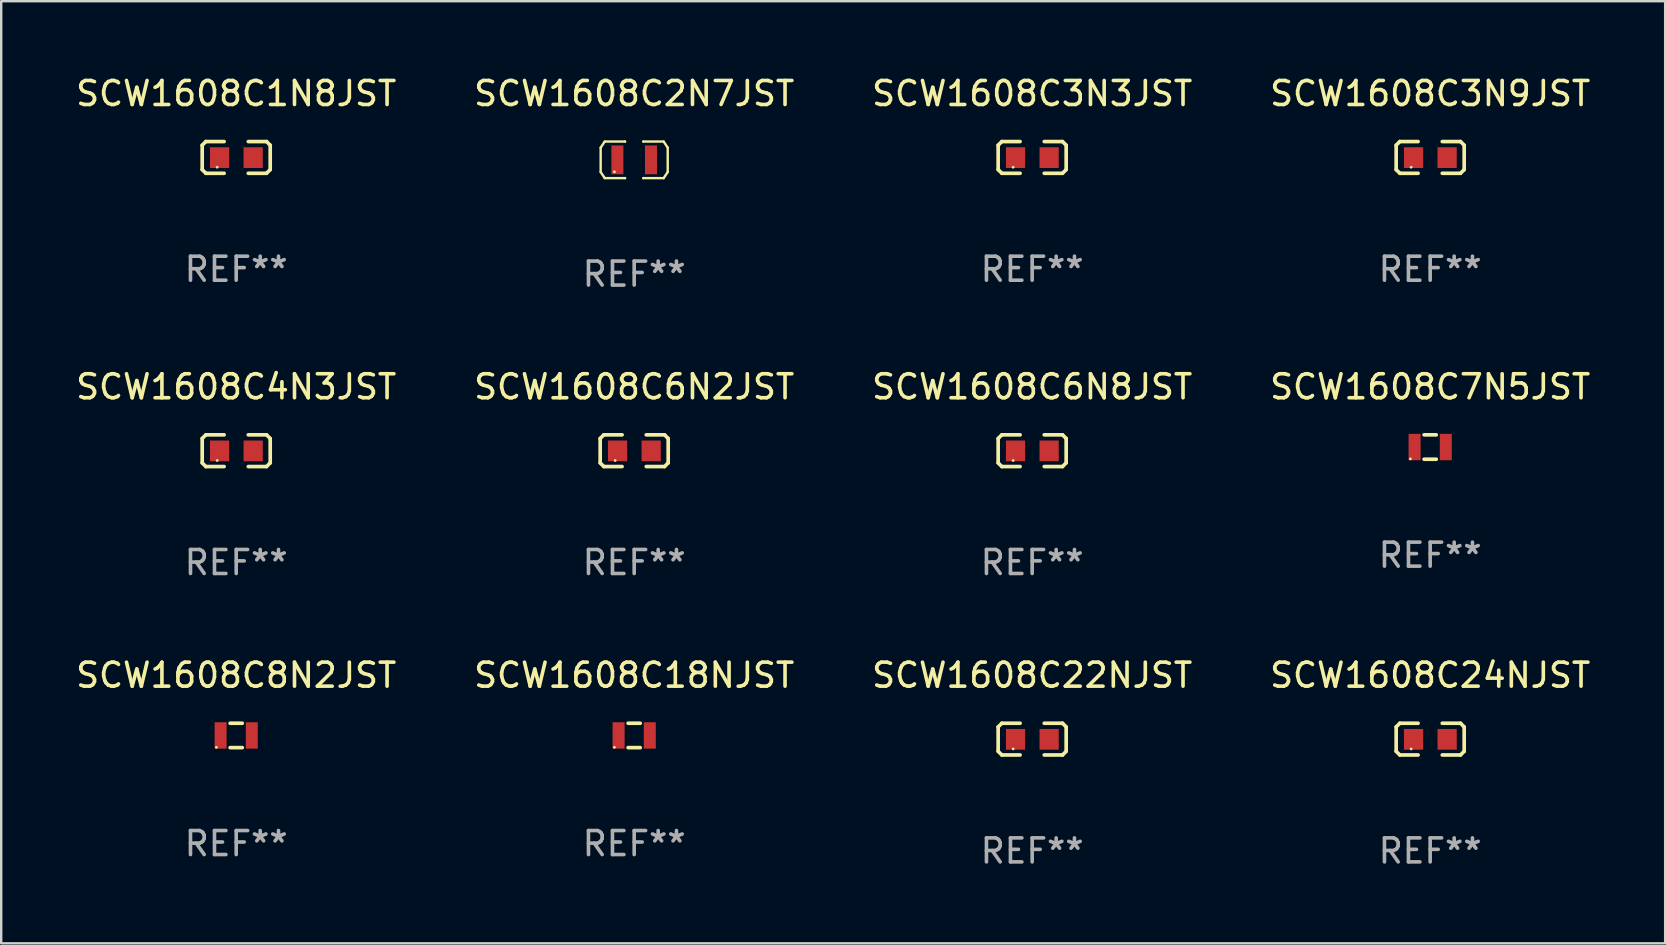
<source format=kicad_pcb>
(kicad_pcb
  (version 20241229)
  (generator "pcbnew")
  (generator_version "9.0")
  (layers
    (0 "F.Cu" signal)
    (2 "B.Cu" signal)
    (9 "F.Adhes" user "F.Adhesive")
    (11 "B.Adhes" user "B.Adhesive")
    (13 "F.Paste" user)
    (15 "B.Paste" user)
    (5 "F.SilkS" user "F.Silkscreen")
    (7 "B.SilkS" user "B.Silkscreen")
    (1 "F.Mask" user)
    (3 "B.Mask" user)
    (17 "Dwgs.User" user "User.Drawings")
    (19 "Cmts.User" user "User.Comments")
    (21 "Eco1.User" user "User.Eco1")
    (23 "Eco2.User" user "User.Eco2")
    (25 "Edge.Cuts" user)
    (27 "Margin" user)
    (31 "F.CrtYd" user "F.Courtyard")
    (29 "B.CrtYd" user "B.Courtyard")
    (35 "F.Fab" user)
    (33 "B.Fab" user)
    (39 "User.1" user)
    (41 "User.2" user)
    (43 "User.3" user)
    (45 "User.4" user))
  (footprint "SCW1608C6N2JST"
    (layer "F.Cu")
    (at 23.375 15.729)
    (property "Reference" "SCW1608C6N2JST" (at 0 -2.661 0) (layer "F.SilkS") (effects (font (size 1 1) (thickness 0.15))))
    (attr through_hole)
    (fp_line (start -1.417 -0.508) (end -1.265 -0.661) (stroke (width 0.152) (type solid)) (layer "F.SilkS"))
    (fp_line (start -1.417 0.508) (end -1.417 -0.508) (stroke (width 0.152) (type solid)) (layer "F.SilkS"))
    (fp_line (start -1.265 -0.661) (end -0.503 -0.661) (stroke (width 0.152) (type solid)) (layer "F.SilkS"))
    (fp_line (start -1.265 0.661) (end -1.417 0.508) (stroke (width 0.152) (type solid)) (layer "F.SilkS"))
    (fp_line (start -1.265 0.661) (end -0.503 0.661) (stroke (width 0.152) (type solid)) (layer "F.SilkS"))
    (fp_line (start 1.265 -0.661) (end 0.503 -0.661) (stroke (width 0.152) (type solid)) (layer "F.SilkS"))
    (fp_line (start 1.265 -0.661) (end 1.417 -0.508) (stroke (width 0.152) (type solid)) (layer "F.SilkS"))
    (fp_line (start 1.265 0.661) (end 0.503 0.661) (stroke (width 0.152) (type solid)) (layer "F.SilkS"))
    (fp_line (start 1.417 -0.508) (end 1.417 0.508) (stroke (width 0.152) (type solid)) (layer "F.SilkS"))
    (fp_line (start 1.417 0.508) (end 1.265 0.661) (stroke (width 0.152) (type solid)) (layer "F.SilkS"))
    (fp_circle (center -0.793 0.409) (end -0.763 0.409) (stroke (width 0.06) (type solid)) (fill no) (layer "F.SilkS"))
    (fp_text user "REF**" (at 0 4.661 0) (layer "F.Fab") (effects (font (size 1 1) (thickness 0.15))))
    (pad "1" smd rect (at -0.693 0.009 180) (size 0.8 0.864) (layers "F.Cu" "F.Mask" "F.Paste"))
    (pad "2" smd rect (at 0.707 0.009 180) (size 0.8 0.864) (layers "F.Cu" "F.Mask" "F.Paste")))
  (footprint "SCW1608C4N3JST"
    (layer "F.Cu")
    (at 6.792 15.729)
    (property "Reference" "SCW1608C4N3JST" (at 0 -2.661 0) (layer "F.SilkS") (effects (font (size 1 1) (thickness 0.15))))
    (attr through_hole)
    (fp_line (start -1.417 -0.508) (end -1.265 -0.661) (stroke (width 0.152) (type solid)) (layer "F.SilkS"))
    (fp_line (start -1.417 0.508) (end -1.417 -0.508) (stroke (width 0.152) (type solid)) (layer "F.SilkS"))
    (fp_line (start -1.265 -0.661) (end -0.503 -0.661) (stroke (width 0.152) (type solid)) (layer "F.SilkS"))
    (fp_line (start -1.265 0.661) (end -1.417 0.508) (stroke (width 0.152) (type solid)) (layer "F.SilkS"))
    (fp_line (start -1.265 0.661) (end -0.503 0.661) (stroke (width 0.152) (type solid)) (layer "F.SilkS"))
    (fp_line (start 1.265 -0.661) (end 0.503 -0.661) (stroke (width 0.152) (type solid)) (layer "F.SilkS"))
    (fp_line (start 1.265 -0.661) (end 1.417 -0.508) (stroke (width 0.152) (type solid)) (layer "F.SilkS"))
    (fp_line (start 1.265 0.661) (end 0.503 0.661) (stroke (width 0.152) (type solid)) (layer "F.SilkS"))
    (fp_line (start 1.417 -0.508) (end 1.417 0.508) (stroke (width 0.152) (type solid)) (layer "F.SilkS"))
    (fp_line (start 1.417 0.508) (end 1.265 0.661) (stroke (width 0.152) (type solid)) (layer "F.SilkS"))
    (fp_circle (center -0.793 0.409) (end -0.763 0.409) (stroke (width 0.06) (type solid)) (fill no) (layer "F.SilkS"))
    (fp_text user "REF**" (at 0 4.661 0) (layer "F.Fab") (effects (font (size 1 1) (thickness 0.15))))
    (pad "1" smd rect (at -0.693 0.009 180) (size 0.8 0.864) (layers "F.Cu" "F.Mask" "F.Paste"))
    (pad "2" smd rect (at 0.707 0.009 180) (size 0.8 0.864) (layers "F.Cu" "F.Mask" "F.Paste")))
  (footprint "SCW1608C1N8JST"
    (layer "F.Cu")
    (at 6.792 3.509)
    (property "Reference" "SCW1608C1N8JST" (at 0 -2.661 0) (layer "F.SilkS") (effects (font (size 1 1) (thickness 0.15))))
    (attr through_hole)
    (fp_line (start -1.417 -0.508) (end -1.265 -0.661) (stroke (width 0.152) (type solid)) (layer "F.SilkS"))
    (fp_line (start -1.417 0.508) (end -1.417 -0.508) (stroke (width 0.152) (type solid)) (layer "F.SilkS"))
    (fp_line (start -1.265 -0.661) (end -0.503 -0.661) (stroke (width 0.152) (type solid)) (layer "F.SilkS"))
    (fp_line (start -1.265 0.661) (end -1.417 0.508) (stroke (width 0.152) (type solid)) (layer "F.SilkS"))
    (fp_line (start -1.265 0.661) (end -0.503 0.661) (stroke (width 0.152) (type solid)) (layer "F.SilkS"))
    (fp_line (start 1.265 -0.661) (end 0.503 -0.661) (stroke (width 0.152) (type solid)) (layer "F.SilkS"))
    (fp_line (start 1.265 -0.661) (end 1.417 -0.508) (stroke (width 0.152) (type solid)) (layer "F.SilkS"))
    (fp_line (start 1.265 0.661) (end 0.503 0.661) (stroke (width 0.152) (type solid)) (layer "F.SilkS"))
    (fp_line (start 1.417 -0.508) (end 1.417 0.508) (stroke (width 0.152) (type solid)) (layer "F.SilkS"))
    (fp_line (start 1.417 0.508) (end 1.265 0.661) (stroke (width 0.152) (type solid)) (layer "F.SilkS"))
    (fp_circle (center -0.793 0.409) (end -0.763 0.409) (stroke (width 0.06) (type solid)) (fill no) (layer "F.SilkS"))
    (fp_text user "REF**" (at 0 4.661 0) (layer "F.Fab") (effects (font (size 1 1) (thickness 0.15))))
    (pad "1" smd rect (at -0.693 0.009 180) (size 0.8 0.864) (layers "F.Cu" "F.Mask" "F.Paste"))
    (pad "2" smd rect (at 0.707 0.009 180) (size 0.8 0.864) (layers "F.Cu" "F.Mask" "F.Paste")))
  (footprint "SCW1608C3N3JST"
    (layer "F.Cu")
    (at 39.958 3.509)
    (property "Reference" "SCW1608C3N3JST" (at 0 -2.661 0) (layer "F.SilkS") (effects (font (size 1 1) (thickness 0.15))))
    (attr through_hole)
    (fp_line (start -1.417 -0.508) (end -1.265 -0.661) (stroke (width 0.152) (type solid)) (layer "F.SilkS"))
    (fp_line (start -1.417 0.508) (end -1.417 -0.508) (stroke (width 0.152) (type solid)) (layer "F.SilkS"))
    (fp_line (start -1.265 -0.661) (end -0.503 -0.661) (stroke (width 0.152) (type solid)) (layer "F.SilkS"))
    (fp_line (start -1.265 0.661) (end -1.417 0.508) (stroke (width 0.152) (type solid)) (layer "F.SilkS"))
    (fp_line (start -1.265 0.661) (end -0.503 0.661) (stroke (width 0.152) (type solid)) (layer "F.SilkS"))
    (fp_line (start 1.265 -0.661) (end 0.503 -0.661) (stroke (width 0.152) (type solid)) (layer "F.SilkS"))
    (fp_line (start 1.265 -0.661) (end 1.417 -0.508) (stroke (width 0.152) (type solid)) (layer "F.SilkS"))
    (fp_line (start 1.265 0.661) (end 0.503 0.661) (stroke (width 0.152) (type solid)) (layer "F.SilkS"))
    (fp_line (start 1.417 -0.508) (end 1.417 0.508) (stroke (width 0.152) (type solid)) (layer "F.SilkS"))
    (fp_line (start 1.417 0.508) (end 1.265 0.661) (stroke (width 0.152) (type solid)) (layer "F.SilkS"))
    (fp_circle (center -0.793 0.409) (end -0.763 0.409) (stroke (width 0.06) (type solid)) (fill no) (layer "F.SilkS"))
    (fp_text user "REF**" (at 0 4.661 0) (layer "F.Fab") (effects (font (size 1 1) (thickness 0.15))))
    (pad "1" smd rect (at -0.693 0.009 180) (size 0.8 0.864) (layers "F.Cu" "F.Mask" "F.Paste"))
    (pad "2" smd rect (at 0.707 0.009 180) (size 0.8 0.864) (layers "F.Cu" "F.Mask" "F.Paste")))
  (footprint "SCW1608C7N5JST"
    (layer "F.Cu")
    (at 56.542 15.577)
    (property "Reference" "SCW1608C7N5JST" (at 0 -2.508 0) (layer "F.SilkS") (effects (font (size 1 1) (thickness 0.15))))
    (attr through_hole)
    (fp_line (start -0.254 -0.508) (end 0.254 -0.508) (stroke (width 0.152) (type solid)) (layer "F.SilkS"))
    (fp_line (start -0.254 0.508) (end 0.254 0.508) (stroke (width 0.152) (type solid)) (layer "F.SilkS"))
    (fp_circle (center -0.825 0.495) (end -0.795 0.495) (stroke (width 0.06) (type solid)) (fill no) (layer "F.SilkS"))
    (fp_text user "REF**" (at 0 4.508 0) (layer "F.Fab") (effects (font (size 1 1) (thickness 0.15))))
    (pad "1" smd rect (at -0.65 0) (size 0.5 1.1) (layers "F.Cu" "F.Mask" "F.Paste"))
    (pad "2" smd rect (at 0.65 0) (size 0.5 1.1) (layers "F.Cu" "F.Mask" "F.Paste")))
  (footprint "SCW1608C18NJST"
    (layer "F.Cu")
    (at 23.375 27.594)
    (property "Reference" "SCW1608C18NJST" (at 0 -2.508 0) (layer "F.SilkS") (effects (font (size 1 1) (thickness 0.15))))
    (attr through_hole)
    (fp_line (start -0.254 -0.508) (end 0.254 -0.508) (stroke (width 0.152) (type solid)) (layer "F.SilkS"))
    (fp_line (start -0.254 0.508) (end 0.254 0.508) (stroke (width 0.152) (type solid)) (layer "F.SilkS"))
    (fp_circle (center -0.825 0.495) (end -0.795 0.495) (stroke (width 0.06) (type solid)) (fill no) (layer "F.SilkS"))
    (fp_text user "REF**" (at 0 4.508 0) (layer "F.Fab") (effects (font (size 1 1) (thickness 0.15))))
    (pad "1" smd rect (at -0.65 0) (size 0.5 1.1) (layers "F.Cu" "F.Mask" "F.Paste"))
    (pad "2" smd rect (at 0.65 0) (size 0.5 1.1) (layers "F.Cu" "F.Mask" "F.Paste")))
  (footprint "SCW1608C8N2JST"
    (layer "F.Cu")
    (at 6.792 27.594)
    (property "Reference" "SCW1608C8N2JST" (at 0 -2.508 0) (layer "F.SilkS") (effects (font (size 1 1) (thickness 0.15))))
    (attr through_hole)
    (fp_line (start -0.254 -0.508) (end 0.254 -0.508) (stroke (width 0.152) (type solid)) (layer "F.SilkS"))
    (fp_line (start -0.254 0.508) (end 0.254 0.508) (stroke (width 0.152) (type solid)) (layer "F.SilkS"))
    (fp_circle (center -0.825 0.495) (end -0.795 0.495) (stroke (width 0.06) (type solid)) (fill no) (layer "F.SilkS"))
    (fp_text user "REF**" (at 0 4.508 0) (layer "F.Fab") (effects (font (size 1 1) (thickness 0.15))))
    (pad "1" smd rect (at -0.65 0) (size 0.5 1.1) (layers "F.Cu" "F.Mask" "F.Paste"))
    (pad "2" smd rect (at 0.65 0) (size 0.5 1.1) (layers "F.Cu" "F.Mask" "F.Paste")))
  (footprint "SCW1608C3N9JST"
    (layer "F.Cu")
    (at 56.542 3.509)
    (property "Reference" "SCW1608C3N9JST" (at 0 -2.661 0) (layer "F.SilkS") (effects (font (size 1 1) (thickness 0.15))))
    (attr through_hole)
    (fp_line (start -1.417 -0.508) (end -1.265 -0.661) (stroke (width 0.152) (type solid)) (layer "F.SilkS"))
    (fp_line (start -1.417 0.508) (end -1.417 -0.508) (stroke (width 0.152) (type solid)) (layer "F.SilkS"))
    (fp_line (start -1.265 -0.661) (end -0.503 -0.661) (stroke (width 0.152) (type solid)) (layer "F.SilkS"))
    (fp_line (start -1.265 0.661) (end -1.417 0.508) (stroke (width 0.152) (type solid)) (layer "F.SilkS"))
    (fp_line (start -1.265 0.661) (end -0.503 0.661) (stroke (width 0.152) (type solid)) (layer "F.SilkS"))
    (fp_line (start 1.265 -0.661) (end 0.503 -0.661) (stroke (width 0.152) (type solid)) (layer "F.SilkS"))
    (fp_line (start 1.265 -0.661) (end 1.417 -0.508) (stroke (width 0.152) (type solid)) (layer "F.SilkS"))
    (fp_line (start 1.265 0.661) (end 0.503 0.661) (stroke (width 0.152) (type solid)) (layer "F.SilkS"))
    (fp_line (start 1.417 -0.508) (end 1.417 0.508) (stroke (width 0.152) (type solid)) (layer "F.SilkS"))
    (fp_line (start 1.417 0.508) (end 1.265 0.661) (stroke (width 0.152) (type solid)) (layer "F.SilkS"))
    (fp_circle (center -0.793 0.409) (end -0.763 0.409) (stroke (width 0.06) (type solid)) (fill no) (layer "F.SilkS"))
    (fp_text user "REF**" (at 0 4.661 0) (layer "F.Fab") (effects (font (size 1 1) (thickness 0.15))))
    (pad "1" smd rect (at -0.693 0.009 180) (size 0.8 0.864) (layers "F.Cu" "F.Mask" "F.Paste"))
    (pad "2" smd rect (at 0.707 0.009 180) (size 0.8 0.864) (layers "F.Cu" "F.Mask" "F.Paste")))
  (footprint "SCW1608C22NJST"
    (layer "F.Cu")
    (at 39.958 27.747)
    (property "Reference" "SCW1608C22NJST" (at 0 -2.661 0) (layer "F.SilkS") (effects (font (size 1 1) (thickness 0.15))))
    (attr through_hole)
    (fp_line (start -1.417 -0.508) (end -1.265 -0.661) (stroke (width 0.152) (type solid)) (layer "F.SilkS"))
    (fp_line (start -1.417 0.508) (end -1.417 -0.508) (stroke (width 0.152) (type solid)) (layer "F.SilkS"))
    (fp_line (start -1.265 -0.661) (end -0.503 -0.661) (stroke (width 0.152) (type solid)) (layer "F.SilkS"))
    (fp_line (start -1.265 0.661) (end -1.417 0.508) (stroke (width 0.152) (type solid)) (layer "F.SilkS"))
    (fp_line (start -1.265 0.661) (end -0.503 0.661) (stroke (width 0.152) (type solid)) (layer "F.SilkS"))
    (fp_line (start 1.265 -0.661) (end 0.503 -0.661) (stroke (width 0.152) (type solid)) (layer "F.SilkS"))
    (fp_line (start 1.265 -0.661) (end 1.417 -0.508) (stroke (width 0.152) (type solid)) (layer "F.SilkS"))
    (fp_line (start 1.265 0.661) (end 0.503 0.661) (stroke (width 0.152) (type solid)) (layer "F.SilkS"))
    (fp_line (start 1.417 -0.508) (end 1.417 0.508) (stroke (width 0.152) (type solid)) (layer "F.SilkS"))
    (fp_line (start 1.417 0.508) (end 1.265 0.661) (stroke (width 0.152) (type solid)) (layer "F.SilkS"))
    (fp_circle (center -0.793 0.409) (end -0.763 0.409) (stroke (width 0.06) (type solid)) (fill no) (layer "F.SilkS"))
    (fp_text user "REF**" (at 0 4.661 0) (layer "F.Fab") (effects (font (size 1 1) (thickness 0.15))))
    (pad "1" smd rect (at -0.693 0.009 180) (size 0.8 0.864) (layers "F.Cu" "F.Mask" "F.Paste"))
    (pad "2" smd rect (at 0.707 0.009 180) (size 0.8 0.864) (layers "F.Cu" "F.Mask" "F.Paste")))
  (footprint "SCW1608C2N7JST"
    (layer "F.Cu")
    (at 23.375 3.61)
    (property "Reference" "SCW1608C2N7JST" (at 0 -2.762 0) (layer "F.SilkS") (effects (font (size 1 1) (thickness 0.15))))
    (attr through_hole)
    (fp_line (start -1.397 -0.508) (end -1.227 -0.762) (stroke (width 0.1) (type solid)) (layer "F.SilkS"))
    (fp_line (start -1.397 0.508) (end -1.397 -0.508) (stroke (width 0.1) (type solid)) (layer "F.SilkS"))
    (fp_line (start -1.227 -0.762) (end -0.381 -0.762) (stroke (width 0.1) (type solid)) (layer "F.SilkS"))
    (fp_line (start -1.227 0.762) (end -1.397 0.508) (stroke (width 0.1) (type solid)) (layer "F.SilkS"))
    (fp_line (start -0.381 -0.762) (end -0.381 -0.762) (stroke (width 0.1) (type solid)) (layer "F.SilkS"))
    (fp_line (start -0.381 0.762) (end -1.227 0.762) (stroke (width 0.1) (type solid)) (layer "F.SilkS"))
    (fp_line (start -0.381 0.762) (end -0.381 0.762) (stroke (width 0.1) (type solid)) (layer "F.SilkS"))
    (fp_line (start 0.381 -0.762) (end 0.381 -0.762) (stroke (width 0.1) (type solid)) (layer "F.SilkS"))
    (fp_line (start 0.381 -0.762) (end 1.227 -0.762) (stroke (width 0.1) (type solid)) (layer "F.SilkS"))
    (fp_line (start 0.381 0.762) (end 0.381 0.762) (stroke (width 0.1) (type solid)) (layer "F.SilkS"))
    (fp_line (start 1.227 -0.762) (end 1.397 -0.508) (stroke (width 0.1) (type solid)) (layer "F.SilkS"))
    (fp_line (start 1.227 0.762) (end 0.381 0.762) (stroke (width 0.1) (type solid)) (layer "F.SilkS"))
    (fp_line (start 1.397 -0.508) (end 1.397 0.508) (stroke (width 0.1) (type solid)) (layer "F.SilkS"))
    (fp_line (start 1.397 0.508) (end 1.227 0.762) (stroke (width 0.1) (type solid)) (layer "F.SilkS"))
    (fp_circle (center -0.825 0.5) (end -0.795 0.5) (stroke (width 0.06) (type solid)) (fill no) (layer "F.SilkS"))
    (fp_text user "REF**" (at 0 4.762 0) (layer "F.Fab") (effects (font (size 1 1) (thickness 0.15))))
    (pad "1" smd rect (at -0.7 0 90) (size 1.2 0.5) (layers "F.Cu" "F.Mask" "F.Paste"))
    (pad "2" smd rect (at 0.7 0 90) (size 1.2 0.5) (layers "F.Cu" "F.Mask" "F.Paste")))
  (footprint "SCW1608C6N8JST"
    (layer "F.Cu")
    (at 39.958 15.729)
    (property "Reference" "SCW1608C6N8JST" (at 0 -2.661 0) (layer "F.SilkS") (effects (font (size 1 1) (thickness 0.15))))
    (attr through_hole)
    (fp_line (start -1.417 -0.508) (end -1.265 -0.661) (stroke (width 0.152) (type solid)) (layer "F.SilkS"))
    (fp_line (start -1.417 0.508) (end -1.417 -0.508) (stroke (width 0.152) (type solid)) (layer "F.SilkS"))
    (fp_line (start -1.265 -0.661) (end -0.503 -0.661) (stroke (width 0.152) (type solid)) (layer "F.SilkS"))
    (fp_line (start -1.265 0.661) (end -1.417 0.508) (stroke (width 0.152) (type solid)) (layer "F.SilkS"))
    (fp_line (start -1.265 0.661) (end -0.503 0.661) (stroke (width 0.152) (type solid)) (layer "F.SilkS"))
    (fp_line (start 1.265 -0.661) (end 0.503 -0.661) (stroke (width 0.152) (type solid)) (layer "F.SilkS"))
    (fp_line (start 1.265 -0.661) (end 1.417 -0.508) (stroke (width 0.152) (type solid)) (layer "F.SilkS"))
    (fp_line (start 1.265 0.661) (end 0.503 0.661) (stroke (width 0.152) (type solid)) (layer "F.SilkS"))
    (fp_line (start 1.417 -0.508) (end 1.417 0.508) (stroke (width 0.152) (type solid)) (layer "F.SilkS"))
    (fp_line (start 1.417 0.508) (end 1.265 0.661) (stroke (width 0.152) (type solid)) (layer "F.SilkS"))
    (fp_circle (center -0.793 0.409) (end -0.763 0.409) (stroke (width 0.06) (type solid)) (fill no) (layer "F.SilkS"))
    (fp_text user "REF**" (at 0 4.661 0) (layer "F.Fab") (effects (font (size 1 1) (thickness 0.15))))
    (pad "1" smd rect (at -0.693 0.009 180) (size 0.8 0.864) (layers "F.Cu" "F.Mask" "F.Paste"))
    (pad "2" smd rect (at 0.707 0.009 180) (size 0.8 0.864) (layers "F.Cu" "F.Mask" "F.Paste")))
  (footprint "SCW1608C24NJST"
    (layer "F.Cu")
    (at 56.542 27.747)
    (property "Reference" "SCW1608C24NJST" (at 0 -2.661 0) (layer "F.SilkS") (effects (font (size 1 1) (thickness 0.15))))
    (attr through_hole)
    (fp_line (start -1.417 -0.508) (end -1.265 -0.661) (stroke (width 0.152) (type solid)) (layer "F.SilkS"))
    (fp_line (start -1.417 0.508) (end -1.417 -0.508) (stroke (width 0.152) (type solid)) (layer "F.SilkS"))
    (fp_line (start -1.265 -0.661) (end -0.503 -0.661) (stroke (width 0.152) (type solid)) (layer "F.SilkS"))
    (fp_line (start -1.265 0.661) (end -1.417 0.508) (stroke (width 0.152) (type solid)) (layer "F.SilkS"))
    (fp_line (start -1.265 0.661) (end -0.503 0.661) (stroke (width 0.152) (type solid)) (layer "F.SilkS"))
    (fp_line (start 1.265 -0.661) (end 0.503 -0.661) (stroke (width 0.152) (type solid)) (layer "F.SilkS"))
    (fp_line (start 1.265 -0.661) (end 1.417 -0.508) (stroke (width 0.152) (type solid)) (layer "F.SilkS"))
    (fp_line (start 1.265 0.661) (end 0.503 0.661) (stroke (width 0.152) (type solid)) (layer "F.SilkS"))
    (fp_line (start 1.417 -0.508) (end 1.417 0.508) (stroke (width 0.152) (type solid)) (layer "F.SilkS"))
    (fp_line (start 1.417 0.508) (end 1.265 0.661) (stroke (width 0.152) (type solid)) (layer "F.SilkS"))
    (fp_circle (center -0.793 0.409) (end -0.763 0.409) (stroke (width 0.06) (type solid)) (fill no) (layer "F.SilkS"))
    (fp_text user "REF**" (at 0 4.661 0) (layer "F.Fab") (effects (font (size 1 1) (thickness 0.15))))
    (pad "1" smd rect (at -0.693 0.009 180) (size 0.8 0.864) (layers "F.Cu" "F.Mask" "F.Paste"))
    (pad "2" smd rect (at 0.707 0.009 180) (size 0.8 0.864) (layers "F.Cu" "F.Mask" "F.Paste")))
  (gr_rect
    (start -3 -3)
    (end 66.333 36.256)
    (stroke (width 0.1) (type default))
    (fill no)
    (layer "Edge.Cuts")))
</source>
